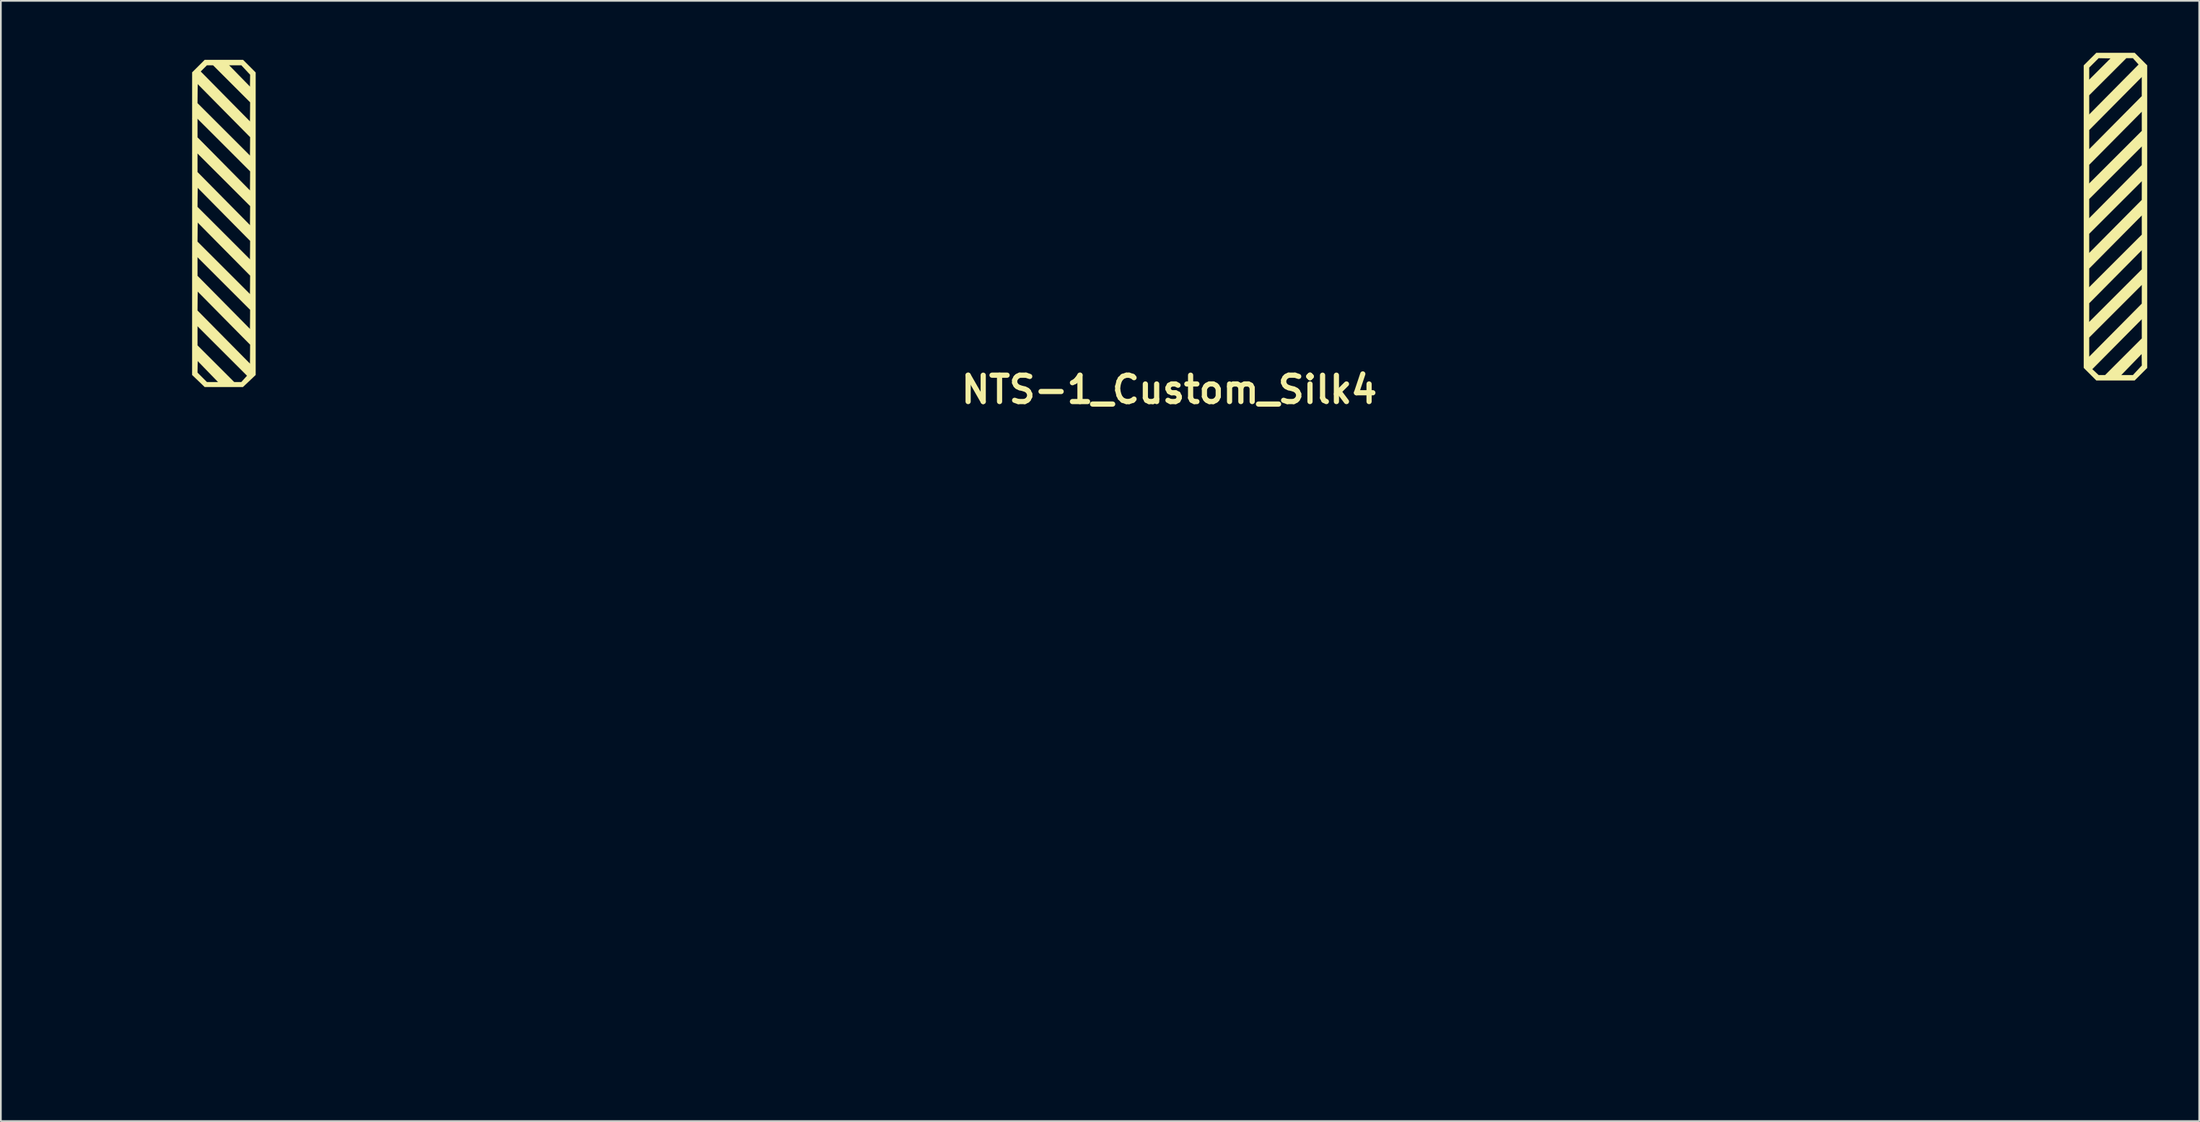
<source format=kicad_pcb>
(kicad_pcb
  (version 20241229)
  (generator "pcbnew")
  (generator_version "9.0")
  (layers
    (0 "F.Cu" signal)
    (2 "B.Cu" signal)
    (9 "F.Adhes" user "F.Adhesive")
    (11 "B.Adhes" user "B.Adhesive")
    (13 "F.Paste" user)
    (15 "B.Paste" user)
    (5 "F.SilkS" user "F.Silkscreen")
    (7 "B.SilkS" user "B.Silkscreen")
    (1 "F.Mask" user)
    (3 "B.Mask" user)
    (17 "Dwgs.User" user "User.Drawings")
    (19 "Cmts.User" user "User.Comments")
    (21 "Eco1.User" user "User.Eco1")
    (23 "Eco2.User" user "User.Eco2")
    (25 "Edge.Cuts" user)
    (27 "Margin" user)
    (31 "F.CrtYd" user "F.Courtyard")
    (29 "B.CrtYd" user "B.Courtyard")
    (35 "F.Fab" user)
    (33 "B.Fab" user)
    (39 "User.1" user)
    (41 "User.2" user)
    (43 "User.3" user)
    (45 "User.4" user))
  (footprint "NTS-1_Custom_Silk4"
    (layer "F.Cu")
    (at 0.25 58.471)
    (property "Reference" "NTS-1_Custom_Silk4" (at 64.21 -39.01 0) (layer "F.SilkS") (effects (font (size 1.524 1.524) (thickness 0.3))))
    (attr through_hole)
    (fp_poly (pts (xy 120.313 -58.104) (xy 120.674 -57.742) (xy 120.674 -40.267) (xy 120.312 -39.905) (xy 119.95 -39.543) (xy 117.74 -39.543) (xy 117.093 -40.191) (xy 117.5 -40.191) (xy 117.868 -39.85) (xy 118.058 -39.849) (xy 118.248 -39.848) (xy 119.17 -39.848) (xy 119.856 -39.848) (xy 120.113 -40.125) (xy 120.371 -40.403) (xy 120.364 -40.738) (xy 120.357 -41.074) (xy 119.763 -40.461) (xy 119.17 -39.848) (xy 118.248 -39.848) (xy 119.309 -40.909) (xy 120.369 -41.969) (xy 120.368 -42.528) (xy 120.367 -43.087) (xy 118.934 -41.639) (xy 117.5 -40.191) (xy 117.093 -40.191) (xy 117.017 -40.268) (xy 117.017 -42.02) (xy 117.321 -42.02) (xy 117.322 -41.461) (xy 117.323 -40.902) (xy 118.845 -42.439) (xy 120.367 -43.976) (xy 120.368 -44.522) (xy 120.369 -45.068) (xy 118.845 -43.544) (xy 117.321 -42.02) (xy 117.017 -42.02) (xy 117.017 -42.909) (xy 117.321 -42.909) (xy 118.845 -44.433) (xy 120.369 -45.957) (xy 120.367 -47.075) (xy 117.323 -44.001) (xy 117.322 -43.455) (xy 117.321 -42.909) (xy 117.017 -42.909) (xy 117.017 -44.916) (xy 117.321 -44.916) (xy 118.845 -46.44) (xy 120.369 -47.963) (xy 120.367 -49.081) (xy 117.323 -46.008) (xy 117.322 -45.462) (xy 117.321 -44.916) (xy 117.017 -44.916) (xy 117.017 -48.014) (xy 117.321 -48.014) (xy 117.322 -47.456) (xy 117.323 -46.897) (xy 118.845 -48.433) (xy 120.367 -49.97) (xy 120.368 -50.516) (xy 120.369 -51.062) (xy 118.845 -49.538) (xy 117.321 -48.014) (xy 117.017 -48.014) (xy 117.017 -50.021) (xy 117.321 -50.021) (xy 117.322 -49.462) (xy 117.323 -48.903) (xy 118.845 -50.44) (xy 120.367 -51.977) (xy 120.368 -52.523) (xy 120.369 -53.069) (xy 118.845 -51.545) (xy 117.321 -50.021) (xy 117.017 -50.021) (xy 117.017 -50.91) (xy 117.321 -50.91) (xy 118.845 -52.434) (xy 120.369 -53.958) (xy 120.367 -55.075) (xy 117.323 -52.002) (xy 117.322 -51.456) (xy 117.321 -50.91) (xy 117.017 -50.91) (xy 117.017 -54.009) (xy 117.323 -54.009) (xy 117.323 -52.891) (xy 118.845 -54.428) (xy 120.367 -55.965) (xy 120.367 -56.523) (xy 120.367 -57.082) (xy 117.323 -54.009) (xy 117.017 -54.009) (xy 117.017 -56.016) (xy 117.321 -56.016) (xy 117.322 -55.457) (xy 117.324 -54.898) (xy 118.754 -56.345) (xy 120.185 -57.793) (xy 119.855 -58.162) (xy 119.468 -58.162) (xy 118.395 -57.089) (xy 117.321 -56.016) (xy 117.017 -56.016) (xy 117.017 -57.616) (xy 117.321 -57.616) (xy 117.321 -56.905) (xy 117.944 -57.527) (xy 118.567 -58.149) (xy 118.218 -58.156) (xy 117.87 -58.163) (xy 117.596 -57.89) (xy 117.321 -57.616) (xy 117.017 -57.616) (xy 117.017 -57.743) (xy 117.379 -58.105) (xy 117.741 -58.466) (xy 118.846 -58.466) (xy 119.951 -58.466) (xy 120.313 -58.104)) (stroke (width 0.01) (type solid)) (fill yes) (layer "F.SilkS"))
    (fp_poly (pts (xy 11.093 -57.698) (xy 11.454 -57.335) (xy 11.454 -48.595) (xy 11.454 -39.854) (xy 11.089 -39.508) (xy 10.723 -39.162) (xy 9.622 -39.163) (xy 8.521 -39.164) (xy 7.795 -39.861) (xy 7.795 -39.99) (xy 8.1 -39.99) (xy 8.373 -39.716) (xy 8.647 -39.442) (xy 9.301 -39.442) (xy 8.114 -40.668) (xy 8.107 -40.329) (xy 8.1 -39.99) (xy 7.795 -39.99) (xy 7.795 -41.563) (xy 8.101 -41.563) (xy 9.162 -40.502) (xy 10.222 -39.442) (xy 10.635 -39.442) (xy 10.802 -39.628) (xy 10.968 -39.814) (xy 9.535 -41.247) (xy 8.101 -42.68) (xy 8.101 -41.563) (xy 7.795 -41.563) (xy 7.795 -43.577) (xy 8.1 -43.577) (xy 9.619 -42.039) (xy 11.137 -40.502) (xy 11.144 -41.054) (xy 11.15 -41.606) (xy 9.632 -43.143) (xy 8.114 -44.681) (xy 8.1 -43.577) (xy 7.795 -43.577) (xy 7.795 -45.582) (xy 8.101 -45.582) (xy 9.619 -44.045) (xy 11.137 -42.508) (xy 11.144 -43.064) (xy 11.15 -43.619) (xy 9.626 -45.144) (xy 8.101 -46.668) (xy 8.101 -45.582) (xy 7.795 -45.582) (xy 7.796 -47.558) (xy 8.1 -47.558) (xy 9.619 -46.04) (xy 11.137 -44.522) (xy 11.144 -45.058) (xy 11.15 -45.594) (xy 9.632 -47.131) (xy 8.114 -48.669) (xy 8.107 -48.113) (xy 8.1 -47.558) (xy 7.796 -47.558) (xy 7.796 -49.565) (xy 8.1 -49.565) (xy 9.619 -48.047) (xy 11.137 -46.528) (xy 11.144 -47.064) (xy 11.15 -47.6) (xy 9.632 -49.138) (xy 8.114 -50.675) (xy 8.107 -50.12) (xy 8.1 -49.565) (xy 7.796 -49.565) (xy 7.796 -51.577) (xy 8.101 -51.577) (xy 9.619 -50.04) (xy 11.137 -48.503) (xy 11.144 -49.058) (xy 11.15 -49.613) (xy 9.626 -51.138) (xy 8.101 -52.662) (xy 8.101 -51.577) (xy 7.796 -51.577) (xy 7.796 -53.583) (xy 8.101 -53.583) (xy 9.619 -52.046) (xy 11.137 -50.509) (xy 11.144 -51.065) (xy 11.15 -51.62) (xy 9.626 -53.145) (xy 8.101 -54.669) (xy 8.101 -53.583) (xy 7.796 -53.583) (xy 7.796 -55.559) (xy 8.1 -55.559) (xy 9.619 -54.041) (xy 11.137 -52.523) (xy 11.144 -53.059) (xy 11.15 -53.595) (xy 9.632 -55.132) (xy 8.114 -56.67) (xy 8.107 -56.114) (xy 8.1 -55.559) (xy 7.796 -55.559) (xy 7.797 -57.337) (xy 7.851 -57.391) (xy 8.282 -57.391) (xy 11.137 -54.497) (xy 11.144 -55.053) (xy 11.15 -55.608) (xy 9.003 -57.755) (xy 9.918 -57.755) (xy 10.223 -57.444) (xy 10.356 -57.308) (xy 10.508 -57.152) (xy 10.662 -56.995) (xy 10.802 -56.852) (xy 10.832 -56.821) (xy 11.137 -56.51) (xy 11.151 -57.201) (xy 10.893 -57.478) (xy 10.636 -57.755) (xy 9.918 -57.755) (xy 9.003 -57.755) (xy 8.649 -57.755) (xy 8.465 -57.573) (xy 8.282 -57.391) (xy 7.851 -57.391) (xy 8.159 -57.698) (xy 8.521 -58.06) (xy 10.731 -58.06) (xy 11.093 -57.698)) (stroke (width 0.01) (type solid)) (fill yes) (layer "F.SilkS")))
  (gr_rect
    (start -3 -3)
    (end 123.929 61.721)
    (stroke (width 0.1) (type default))
    (fill no)
    (layer "Edge.Cuts")))
</source>
